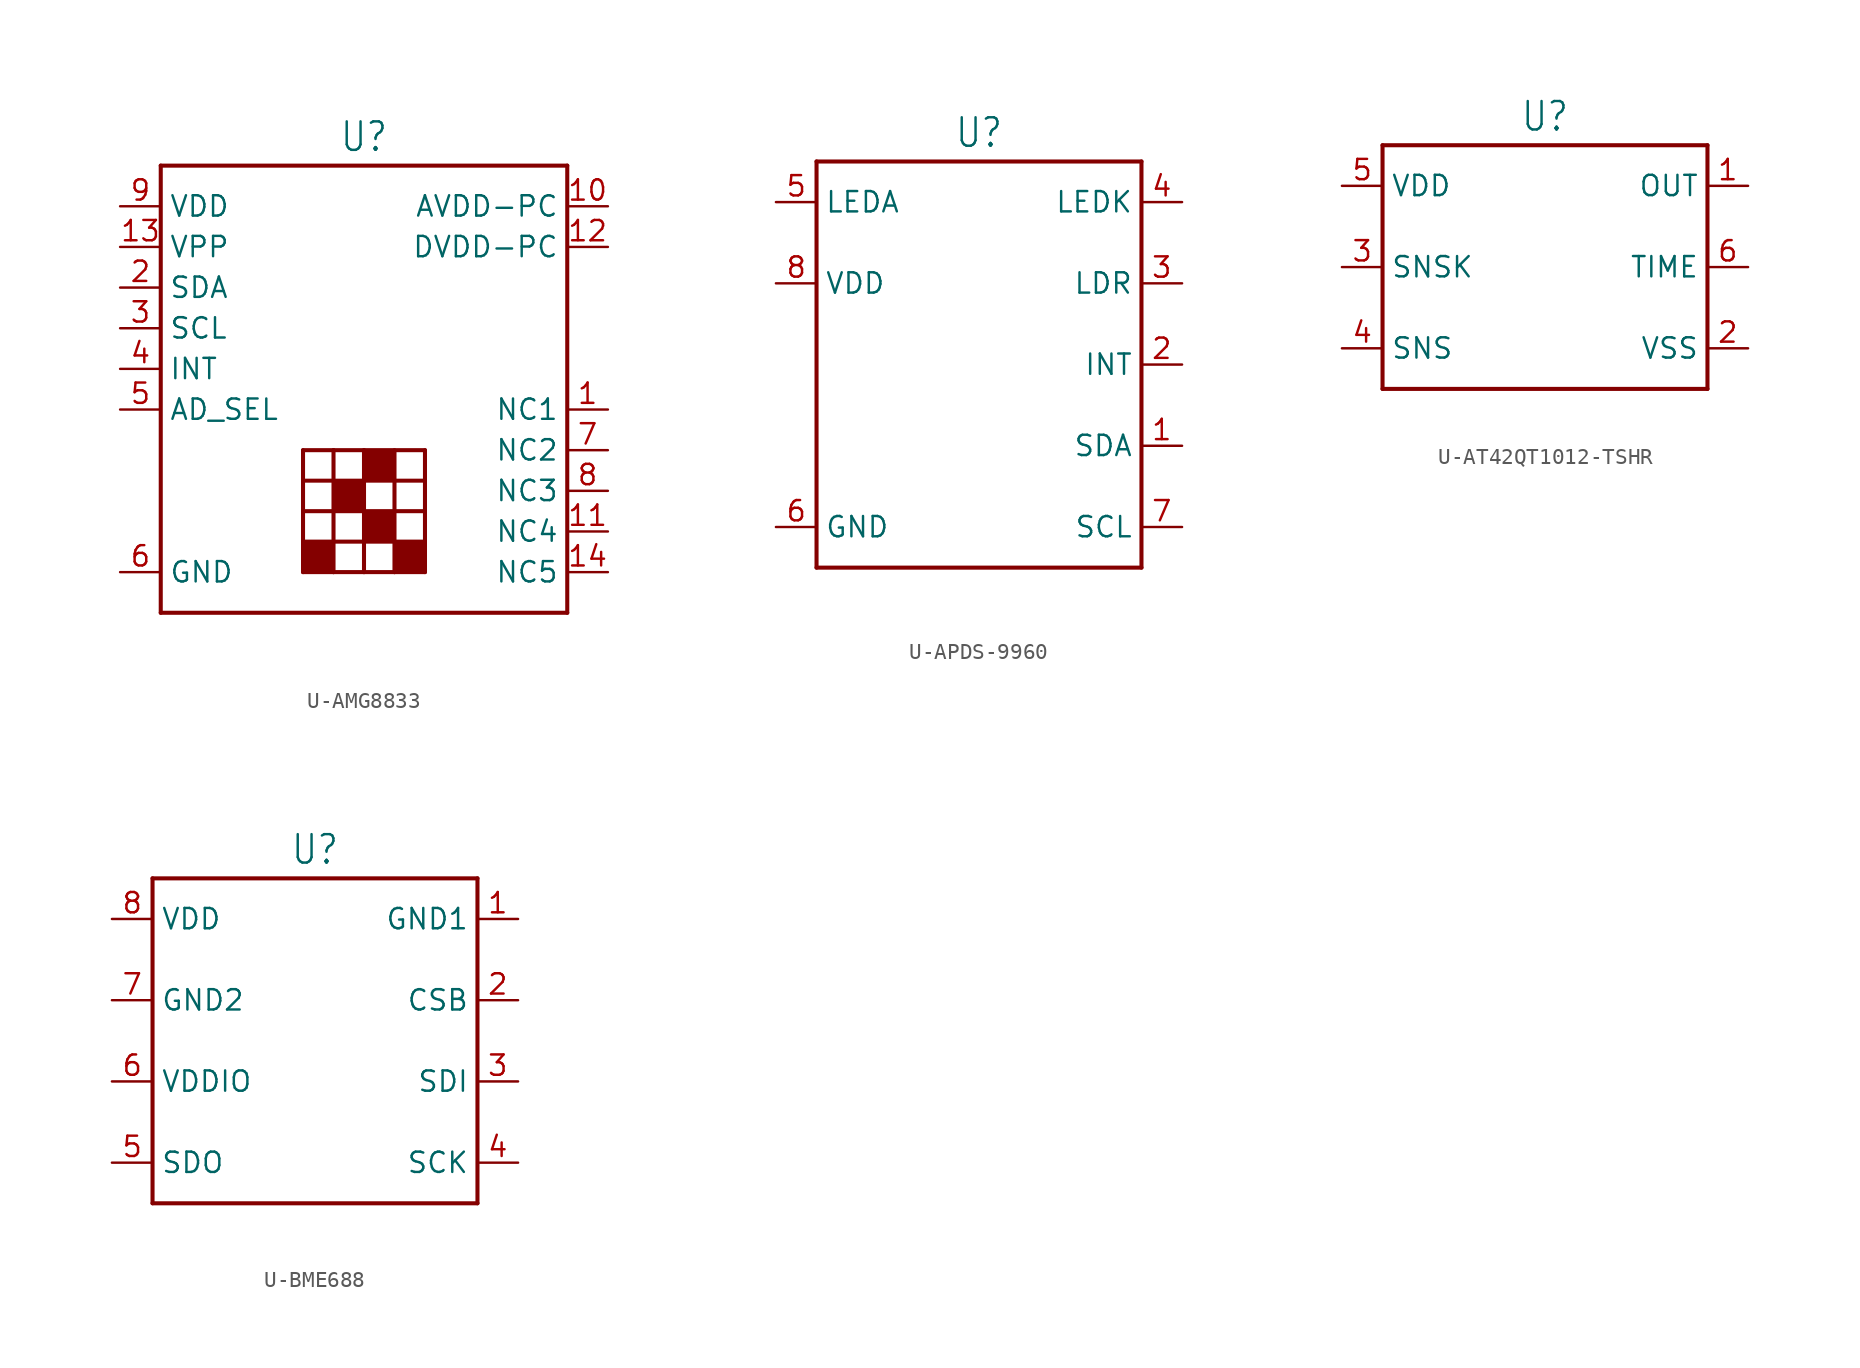
<source format=kicad_sym>
(kicad_symbol_lib
  (version 20231120)
  (generator "kicad_symbol_editor")
  (generator_version "8.0")
  (symbol "U-AMG8833"
    (property "Reference" "U"
      (at 0 16.002 0)
      (effects (font (size 1.778 1.511)) (justify bottom)))
    (property "Value" ""
      (at 0 -13.462 0)
      (effects (font (size 1.778 1.511)) (justify top)))
    (property "ki_locked" ""
      (at 0 0 0)
      (effects (font (size 1.27 1.27))))
    (symbol "U-AMG8833_1_0"
      (rectangle (start -3.81 -10.16) (end -1.905 -8.255) (stroke (width 0) (type default)) (fill (type outline)))
      (rectangle (start -1.905 -6.35) (end 0 -4.445) (stroke (width 0) (type default)) (fill (type outline)))
      (rectangle (start 0 -8.255) (end 1.905 -6.35) (stroke (width 0) (type default)) (fill (type outline)))
      (rectangle (start 0 -4.445) (end 1.905 -2.54) (stroke (width 0) (type default)) (fill (type outline)))
      (polyline (pts (xy -12.7 -12.7) (xy -12.7 15.24)) (stroke (width 0.254) (type solid)) (fill (type none)))
      (polyline (pts (xy -12.7 15.24) (xy 12.7 15.24)) (stroke (width 0.254) (type solid)) (fill (type none)))
      (polyline (pts (xy -3.81 -10.16) (xy -1.905 -10.16)) (stroke (width 0.254) (type solid)) (fill (type none)))
      (polyline (pts (xy -3.81 -8.255) (xy -3.81 -10.16)) (stroke (width 0.254) (type solid)) (fill (type none)))
      (polyline (pts (xy -3.81 -8.255) (xy 3.81 -8.255)) (stroke (width 0.254) (type solid)) (fill (type none)))
      (polyline (pts (xy -3.81 -6.35) (xy -3.81 -8.255)) (stroke (width 0.254) (type solid)) (fill (type none)))
      (polyline (pts (xy -3.81 -6.35) (xy 3.81 -6.35)) (stroke (width 0.254) (type solid)) (fill (type none)))
      (polyline (pts (xy -3.81 -4.445) (xy -3.81 -6.35)) (stroke (width 0.254) (type solid)) (fill (type none)))
      (polyline (pts (xy -3.81 -2.54) (xy -3.81 -4.445)) (stroke (width 0.254) (type solid)) (fill (type none)))
      (polyline (pts (xy -1.905 -10.16) (xy 0 -10.16)) (stroke (width 0.254) (type solid)) (fill (type none)))
      (polyline (pts (xy -1.905 -4.445) (xy -3.81 -4.445)) (stroke (width 0.254) (type solid)) (fill (type none)))
      (polyline (pts (xy -1.905 -4.445) (xy -1.905 -10.16)) (stroke (width 0.254) (type solid)) (fill (type none)))
      (polyline (pts (xy -1.905 -4.445) (xy -1.905 -2.54)) (stroke (width 0.254) (type solid)) (fill (type none)))
      (polyline (pts (xy -1.905 -2.54) (xy -3.81 -2.54)) (stroke (width 0.254) (type solid)) (fill (type none)))
      (polyline (pts (xy 0 -10.16) (xy 1.905 -10.16)) (stroke (width 0.254) (type solid)) (fill (type none)))
      (polyline (pts (xy 0 -4.445) (xy -1.905 -4.445)) (stroke (width 0.254) (type solid)) (fill (type none)))
      (polyline (pts (xy 0 -4.445) (xy 0 -10.16)) (stroke (width 0.254) (type solid)) (fill (type none)))
      (polyline (pts (xy 0 -4.445) (xy 0 -2.54)) (stroke (width 0.254) (type solid)) (fill (type none)))
      (polyline (pts (xy 0 -2.54) (xy -1.905 -2.54)) (stroke (width 0.254) (type solid)) (fill (type none)))
      (polyline (pts (xy 1.905 -10.16) (xy 1.905 -2.54)) (stroke (width 0.254) (type solid)) (fill (type none)))
      (polyline (pts (xy 1.905 -10.16) (xy 3.81 -10.16)) (stroke (width 0.254) (type solid)) (fill (type none)))
      (polyline (pts (xy 3.81 -10.16) (xy 3.81 -8.255)) (stroke (width 0.254) (type solid)) (fill (type none)))
      (polyline (pts (xy 3.81 -8.255) (xy 3.81 -6.35)) (stroke (width 0.254) (type solid)) (fill (type none)))
      (polyline (pts (xy 3.81 -6.35) (xy 3.81 -4.445)) (stroke (width 0.254) (type solid)) (fill (type none)))
      (polyline (pts (xy 3.81 -4.445) (xy 0 -4.445)) (stroke (width 0.254) (type solid)) (fill (type none)))
      (polyline (pts (xy 3.81 -4.445) (xy 3.81 -2.54)) (stroke (width 0.254) (type solid)) (fill (type none)))
      (polyline (pts (xy 3.81 -2.54) (xy 0 -2.54)) (stroke (width 0.254) (type solid)) (fill (type none)))
      (polyline (pts (xy 12.7 -12.7) (xy -12.7 -12.7)) (stroke (width 0.254) (type solid)) (fill (type none)))
      (polyline (pts (xy 12.7 15.24) (xy 12.7 -12.7)) (stroke (width 0.254) (type solid)) (fill (type none)))
      (rectangle (start 1.905 -10.16) (end 3.81 -8.255) (stroke (width 0) (type default)) (fill (type outline)))
      (pin passive line (at 15.24 0 180) (length 2.54) (name "NC1" (effects (font (size 1.27 1.27)))) (number "1" (effects (font (size 1.27 1.27)))))
      (pin passive line (at 15.24 12.7 180) (length 2.54) (name "AVDD-PC" (effects (font (size 1.27 1.27)))) (number "10" (effects (font (size 1.27 1.27)))))
      (pin passive line (at 15.24 -7.62 180) (length 2.54) (name "NC4" (effects (font (size 1.27 1.27)))) (number "11" (effects (font (size 1.27 1.27)))))
      (pin passive line (at 15.24 10.16 180) (length 2.54) (name "DVDD-PC" (effects (font (size 1.27 1.27)))) (number "12" (effects (font (size 1.27 1.27)))))
      (pin passive line (at -15.24 10.16 0) (length 2.54) (name "VPP" (effects (font (size 1.27 1.27)))) (number "13" (effects (font (size 1.27 1.27)))))
      (pin passive line (at 15.24 -10.16 180) (length 2.54) (name "NC5" (effects (font (size 1.27 1.27)))) (number "14" (effects (font (size 1.27 1.27)))))
      (pin passive line (at -15.24 7.62 0) (length 2.54) (name "SDA" (effects (font (size 1.27 1.27)))) (number "2" (effects (font (size 1.27 1.27)))))
      (pin passive line (at -15.24 5.08 0) (length 2.54) (name "SCL" (effects (font (size 1.27 1.27)))) (number "3" (effects (font (size 1.27 1.27)))))
      (pin passive line (at -15.24 2.54 0) (length 2.54) (name "INT" (effects (font (size 1.27 1.27)))) (number "4" (effects (font (size 1.27 1.27)))))
      (pin passive line (at -15.24 0 0) (length 2.54) (name "AD_SEL" (effects (font (size 1.27 1.27)))) (number "5" (effects (font (size 1.27 1.27)))))
      (pin passive line (at -15.24 -10.16 0) (length 2.54) (name "GND" (effects (font (size 1.27 1.27)))) (number "6" (effects (font (size 1.27 1.27)))))
      (pin passive line (at 15.24 -2.54 180) (length 2.54) (name "NC2" (effects (font (size 1.27 1.27)))) (number "7" (effects (font (size 1.27 1.27)))))
      (pin passive line (at 15.24 -5.08 180) (length 2.54) (name "NC3" (effects (font (size 1.27 1.27)))) (number "8" (effects (font (size 1.27 1.27)))))
      (pin passive line (at -15.24 12.7 0) (length 2.54) (name "VDD" (effects (font (size 1.27 1.27)))) (number "9" (effects (font (size 1.27 1.27)))))))
  (symbol "U-APDS-9960"
    (property "Reference" "U"
      (at 0 13.462 0)
      (effects (font (size 1.778 1.511)) (justify bottom)))
    (property "Value" ""
      (at 0 -13.462 0)
      (effects (font (size 1.778 1.511)) (justify top)))
    (property "ki_locked" ""
      (at 0 0 0)
      (effects (font (size 1.27 1.27))))
    (symbol "U-APDS-9960_1_0"
      (polyline (pts (xy -10.16 -12.7) (xy -10.16 12.7)) (stroke (width 0.254) (type solid)) (fill (type none)))
      (polyline (pts (xy -10.16 12.7) (xy 10.16 12.7)) (stroke (width 0.254) (type solid)) (fill (type none)))
      (polyline (pts (xy 10.16 -12.7) (xy -10.16 -12.7)) (stroke (width 0.254) (type solid)) (fill (type none)))
      (polyline (pts (xy 10.16 12.7) (xy 10.16 -12.7)) (stroke (width 0.254) (type solid)) (fill (type none)))
      (pin passive line (at 12.7 -5.08 180) (length 2.54) (name "SDA" (effects (font (size 1.27 1.27)))) (number "1" (effects (font (size 1.27 1.27)))))
      (pin passive line (at 12.7 0 180) (length 2.54) (name "INT" (effects (font (size 1.27 1.27)))) (number "2" (effects (font (size 1.27 1.27)))))
      (pin passive line (at 12.7 5.08 180) (length 2.54) (name "LDR" (effects (font (size 1.27 1.27)))) (number "3" (effects (font (size 1.27 1.27)))))
      (pin passive line (at 12.7 10.16 180) (length 2.54) (name "LEDK" (effects (font (size 1.27 1.27)))) (number "4" (effects (font (size 1.27 1.27)))))
      (pin passive line (at -12.7 10.16 0) (length 2.54) (name "LEDA" (effects (font (size 1.27 1.27)))) (number "5" (effects (font (size 1.27 1.27)))))
      (pin passive line (at -12.7 -10.16 0) (length 2.54) (name "GND" (effects (font (size 1.27 1.27)))) (number "6" (effects (font (size 1.27 1.27)))))
      (pin passive line (at 12.7 -10.16 180) (length 2.54) (name "SCL" (effects (font (size 1.27 1.27)))) (number "7" (effects (font (size 1.27 1.27)))))
      (pin passive line (at -12.7 5.08 0) (length 2.54) (name "VDD" (effects (font (size 1.27 1.27)))) (number "8" (effects (font (size 1.27 1.27)))))))
  (symbol "U-AT42QT1012-TSHR"
    (property "Reference" "U"
      (at 0 8.382 0)
      (effects (font (size 1.778 1.511)) (justify bottom)))
    (property "Value" ""
      (at 0 -8.382 0)
      (effects (font (size 1.778 1.511)) (justify top)))
    (property "ki_locked" ""
      (at 0 0 0)
      (effects (font (size 1.27 1.27))))
    (symbol "U-AT42QT1012-TSHR_1_0"
      (polyline (pts (xy -10.16 -7.62) (xy -10.16 7.62)) (stroke (width 0.254) (type solid)) (fill (type none)))
      (polyline (pts (xy -10.16 7.62) (xy 10.16 7.62)) (stroke (width 0.254) (type solid)) (fill (type none)))
      (polyline (pts (xy 10.16 -7.62) (xy -10.16 -7.62)) (stroke (width 0.254) (type solid)) (fill (type none)))
      (polyline (pts (xy 10.16 7.62) (xy 10.16 -7.62)) (stroke (width 0.254) (type solid)) (fill (type none)))
      (pin passive line (at 12.7 5.08 180) (length 2.54) (name "OUT" (effects (font (size 1.27 1.27)))) (number "1" (effects (font (size 1.27 1.27)))))
      (pin passive line (at 12.7 -5.08 180) (length 2.54) (name "VSS" (effects (font (size 1.27 1.27)))) (number "2" (effects (font (size 1.27 1.27)))))
      (pin passive line (at -12.7 0 0) (length 2.54) (name "SNSK" (effects (font (size 1.27 1.27)))) (number "3" (effects (font (size 1.27 1.27)))))
      (pin passive line (at -12.7 -5.08 0) (length 2.54) (name "SNS" (effects (font (size 1.27 1.27)))) (number "4" (effects (font (size 1.27 1.27)))))
      (pin passive line (at -12.7 5.08 0) (length 2.54) (name "VDD" (effects (font (size 1.27 1.27)))) (number "5" (effects (font (size 1.27 1.27)))))
      (pin passive line (at 12.7 0 180) (length 2.54) (name "TIME" (effects (font (size 1.27 1.27)))) (number "6" (effects (font (size 1.27 1.27)))))))
  (symbol "U-BME688"
    (property "Reference" "U"
      (at 0 10.922 0)
      (effects (font (size 1.778 1.511)) (justify bottom)))
    (property "Value" ""
      (at 0 -10.922 0)
      (effects (font (size 1.778 1.511)) (justify top)))
    (property "ki_locked" ""
      (at 0 0 0)
      (effects (font (size 1.27 1.27))))
    (symbol "U-BME688_1_0"
      (polyline (pts (xy -10.16 -10.16) (xy -10.16 10.16)) (stroke (width 0.254) (type solid)) (fill (type none)))
      (polyline (pts (xy -10.16 10.16) (xy 10.16 10.16)) (stroke (width 0.254) (type solid)) (fill (type none)))
      (polyline (pts (xy 10.16 -10.16) (xy -10.16 -10.16)) (stroke (width 0.254) (type solid)) (fill (type none)))
      (polyline (pts (xy 10.16 10.16) (xy 10.16 -10.16)) (stroke (width 0.254) (type solid)) (fill (type none)))
      (pin passive line (at 12.7 7.62 180) (length 2.54) (name "GND1" (effects (font (size 1.27 1.27)))) (number "1" (effects (font (size 1.27 1.27)))))
      (pin passive line (at 12.7 2.54 180) (length 2.54) (name "CSB" (effects (font (size 1.27 1.27)))) (number "2" (effects (font (size 1.27 1.27)))))
      (pin passive line (at 12.7 -2.54 180) (length 2.54) (name "SDI" (effects (font (size 1.27 1.27)))) (number "3" (effects (font (size 1.27 1.27)))))
      (pin passive line (at 12.7 -7.62 180) (length 2.54) (name "SCK" (effects (font (size 1.27 1.27)))) (number "4" (effects (font (size 1.27 1.27)))))
      (pin passive line (at -12.7 -7.62 0) (length 2.54) (name "SDO" (effects (font (size 1.27 1.27)))) (number "5" (effects (font (size 1.27 1.27)))))
      (pin passive line (at -12.7 -2.54 0) (length 2.54) (name "VDDIO" (effects (font (size 1.27 1.27)))) (number "6" (effects (font (size 1.27 1.27)))))
      (pin passive line (at -12.7 2.54 0) (length 2.54) (name "GND2" (effects (font (size 1.27 1.27)))) (number "7" (effects (font (size 1.27 1.27)))))
      (pin passive line (at -12.7 7.62 0) (length 2.54) (name "VDD" (effects (font (size 1.27 1.27)))) (number "8" (effects (font (size 1.27 1.27))))))))
</source>
